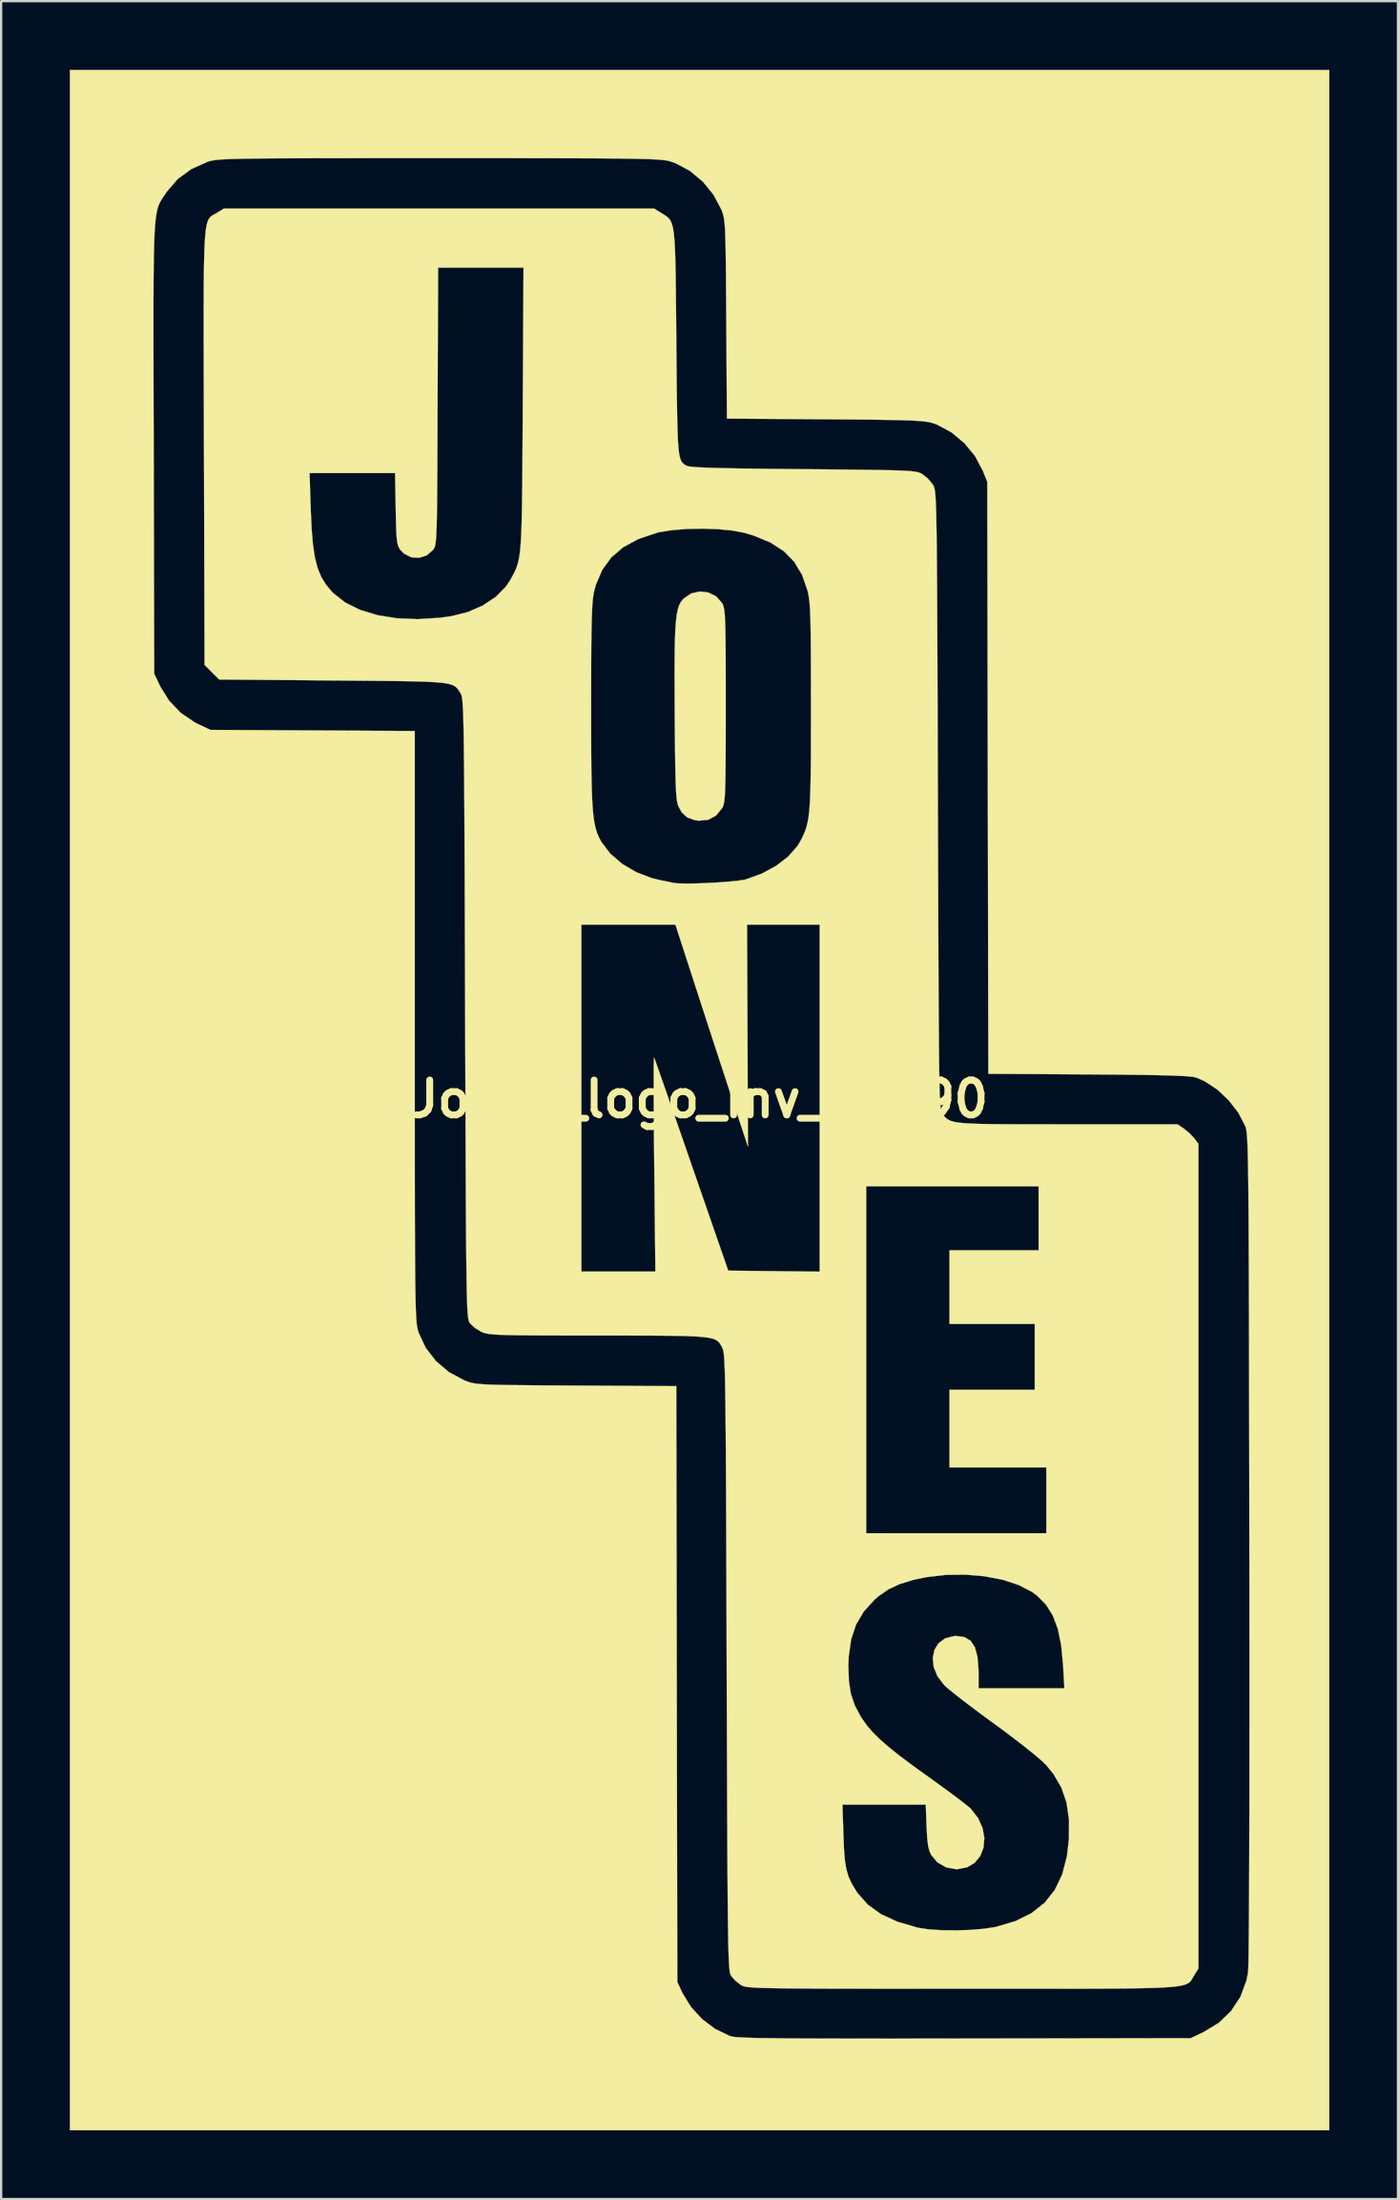
<source format=kicad_pcb>
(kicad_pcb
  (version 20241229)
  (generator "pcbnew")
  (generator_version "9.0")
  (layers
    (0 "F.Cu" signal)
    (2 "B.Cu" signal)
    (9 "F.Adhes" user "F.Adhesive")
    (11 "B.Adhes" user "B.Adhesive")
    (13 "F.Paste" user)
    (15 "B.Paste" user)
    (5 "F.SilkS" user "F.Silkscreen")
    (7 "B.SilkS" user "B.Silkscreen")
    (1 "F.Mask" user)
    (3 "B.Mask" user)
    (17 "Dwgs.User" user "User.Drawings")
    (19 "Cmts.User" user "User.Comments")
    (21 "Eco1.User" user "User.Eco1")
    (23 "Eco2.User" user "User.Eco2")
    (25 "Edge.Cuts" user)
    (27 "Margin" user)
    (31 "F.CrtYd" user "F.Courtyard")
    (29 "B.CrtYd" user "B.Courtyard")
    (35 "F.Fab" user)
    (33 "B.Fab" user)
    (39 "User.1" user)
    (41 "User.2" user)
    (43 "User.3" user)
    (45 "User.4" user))
  (footprint "Jones_logo_inv_55x90"
    (layer "F.Cu")
    (at 27.522 44.963)
    (property "Reference" "Jones_logo_inv_55x90" (at 0 0 0) (layer "F.SilkS") (effects (font (size 1.524 1.524) (thickness 0.3))))
    (attr through_hole)
    (fp_poly (pts (xy 0.383 -22.13) (xy 0.721 -21.964) (xy 0.977 -21.681) (xy 0.993 -21.652) (xy 1.028 -21.579) (xy 1.056 -21.485) (xy 1.08 -21.357) (xy 1.098 -21.178) (xy 1.113 -20.935) (xy 1.124 -20.613) (xy 1.132 -20.197) (xy 1.138 -19.672) (xy 1.141 -19.023) (xy 1.143 -18.236) (xy 1.143 -17.296) (xy 1.143 -17.187) (xy 1.143 -16.23) (xy 1.141 -15.428) (xy 1.138 -14.766) (xy 1.133 -14.228) (xy 1.125 -13.801) (xy 1.115 -13.47) (xy 1.1 -13.219) (xy 1.082 -13.034) (xy 1.059 -12.901) (xy 1.031 -12.805) (xy 0.997 -12.73) (xy 0.993 -12.722) (xy 0.726 -12.391) (xy 0.374 -12.201) (xy -0.043 -12.162) (xy -0.232 -12.192) (xy -0.55 -12.311) (xy -0.776 -12.522) (xy -0.923 -12.785) (xy -0.956 -12.877) (xy -0.984 -13.005) (xy -1.007 -13.186) (xy -1.026 -13.433) (xy -1.042 -13.764) (xy -1.054 -14.192) (xy -1.064 -14.734) (xy -1.073 -15.405) (xy -1.08 -16.22) (xy -1.084 -16.796) (xy -1.09 -17.813) (xy -1.092 -18.676) (xy -1.088 -19.398) (xy -1.078 -19.993) (xy -1.06 -20.476) (xy -1.033 -20.862) (xy -0.997 -21.165) (xy -0.949 -21.398) (xy -0.89 -21.577) (xy -0.817 -21.716) (xy -0.73 -21.828) (xy -0.691 -21.87) (xy -0.365 -22.089) (xy 0.007 -22.174) (xy 0.383 -22.13)) (stroke (width 0.01) (type solid)) (fill yes) (layer "F.SilkS"))
    (fp_poly (pts (xy 27.517 45.043) (xy -27.517 45.043) (xy -27.517 -34.017) (xy -23.867 -34.017) (xy -23.866 -32.984) (xy -23.864 -31.815) (xy -23.861 -30.498) (xy -23.857 -29.026) (xy -23.856 -28.444) (xy -23.834 -18.584) (xy -23.573 -18.034) (xy -23.185 -17.407) (xy -22.669 -16.87) (xy -22.058 -16.454) (xy -21.929 -16.39) (xy -21.378 -16.129) (xy -16.912 -16.105) (xy -12.446 -16.081) (xy -12.446 -3.189) (xy -12.446 -1.461) (xy -12.446 0.105) (xy -12.445 1.518) (xy -12.445 2.786) (xy -12.443 3.918) (xy -12.442 4.922) (xy -12.439 5.806) (xy -12.436 6.579) (xy -12.432 7.248) (xy -12.427 7.822) (xy -12.421 8.308) (xy -12.413 8.716) (xy -12.405 9.054) (xy -12.395 9.329) (xy -12.383 9.551) (xy -12.37 9.726) (xy -12.355 9.864) (xy -12.338 9.973) (xy -12.32 10.06) (xy -12.299 10.135) (xy -12.277 10.205) (xy -12.276 10.207) (xy -11.965 10.87) (xy -11.515 11.451) (xy -10.947 11.93) (xy -10.278 12.287) (xy -10.269 12.291) (xy -10.157 12.334) (xy -10.049 12.371) (xy -9.929 12.402) (xy -9.782 12.427) (xy -9.592 12.447) (xy -9.345 12.463) (xy -9.026 12.476) (xy -8.619 12.486) (xy -8.11 12.494) (xy -7.482 12.5) (xy -6.722 12.506) (xy -5.813 12.511) (xy -5.399 12.514) (xy -1.018 12.539) (xy -0.996 25.552) (xy -0.974 38.566) (xy -0.747 39.05) (xy -0.382 39.65) (xy 0.103 40.181) (xy 0.672 40.613) (xy 1.29 40.912) (xy 1.379 40.941) (xy 1.463 40.959) (xy 1.601 40.975) (xy 1.803 40.988) (xy 2.076 41) (xy 2.429 41.011) (xy 2.87 41.019) (xy 3.408 41.026) (xy 4.051 41.032) (xy 4.808 41.036) (xy 5.687 41.039) (xy 6.696 41.041) (xy 7.844 41.041) (xy 9.138 41.04) (xy 10.589 41.039) (xy 11.599 41.037) (xy 21.463 41.021) (xy 22.034 40.751) (xy 22.69 40.351) (xy 23.226 39.838) (xy 23.631 39.224) (xy 23.895 38.522) (xy 23.968 38.165) (xy 23.978 38.016) (xy 23.987 37.702) (xy 23.995 37.225) (xy 24.002 36.591) (xy 24.009 35.803) (xy 24.014 34.864) (xy 24.019 33.779) (xy 24.023 32.551) (xy 24.027 31.184) (xy 24.029 29.682) (xy 24.03 28.049) (xy 24.031 26.289) (xy 24.031 24.405) (xy 24.029 22.401) (xy 24.027 20.281) (xy 24.026 19.6) (xy 24.024 17.539) (xy 24.021 15.64) (xy 24.018 13.897) (xy 24.016 12.302) (xy 24.013 10.85) (xy 24.01 9.533) (xy 24.007 8.344) (xy 24.003 7.277) (xy 23.999 6.325) (xy 23.995 5.48) (xy 23.99 4.737) (xy 23.984 4.088) (xy 23.978 3.527) (xy 23.971 3.047) (xy 23.964 2.64) (xy 23.955 2.3) (xy 23.946 2.021) (xy 23.935 1.795) (xy 23.924 1.616) (xy 23.912 1.476) (xy 23.898 1.369) (xy 23.883 1.289) (xy 23.867 1.228) (xy 23.852 1.185) (xy 23.547 0.599) (xy 23.126 0.053) (xy 22.625 -0.418) (xy 22.079 -0.779) (xy 21.696 -0.946) (xy 21.571 -0.972) (xy 21.353 -0.995) (xy 21.034 -1.014) (xy 20.602 -1.031) (xy 20.047 -1.045) (xy 19.359 -1.058) (xy 18.527 -1.068) (xy 17.542 -1.076) (xy 16.999 -1.08) (xy 12.619 -1.106) (xy 12.573 -26.966) (xy 12.373 -27.461) (xy 12.035 -28.095) (xy 11.57 -28.659) (xy 11.011 -29.124) (xy 10.389 -29.459) (xy 10.216 -29.523) (xy 10.1 -29.556) (xy 9.96 -29.584) (xy 9.781 -29.608) (xy 9.547 -29.628) (xy 9.244 -29.644) (xy 8.856 -29.657) (xy 8.368 -29.668) (xy 7.767 -29.678) (xy 7.036 -29.686) (xy 6.16 -29.693) (xy 5.488 -29.698) (xy 1.196 -29.728) (xy 1.168 -34.062) (xy 1.161 -35.031) (xy 1.155 -35.845) (xy 1.149 -36.52) (xy 1.141 -37.072) (xy 1.131 -37.514) (xy 1.119 -37.864) (xy 1.104 -38.135) (xy 1.085 -38.343) (xy 1.062 -38.503) (xy 1.033 -38.63) (xy 0.999 -38.74) (xy 0.957 -38.847) (xy 0.951 -38.862) (xy 0.608 -39.508) (xy 0.143 -40.078) (xy -0.416 -40.544) (xy -1.038 -40.879) (xy -1.268 -40.961) (xy -1.35 -40.983) (xy -1.449 -41.003) (xy -1.576 -41.021) (xy -1.74 -41.036) (xy -1.95 -41.05) (xy -2.215 -41.062) (xy -2.546 -41.072) (xy -2.952 -41.08) (xy -3.443 -41.087) (xy -4.027 -41.092) (xy -4.715 -41.097) (xy -5.516 -41.1) (xy -6.439 -41.102) (xy -7.495 -41.104) (xy -8.692 -41.105) (xy -10.041 -41.106) (xy -11.388 -41.106) (xy -12.873 -41.106) (xy -14.199 -41.105) (xy -15.375 -41.104) (xy -16.41 -41.103) (xy -17.315 -41.101) (xy -18.098 -41.098) (xy -18.769 -41.094) (xy -19.338 -41.089) (xy -19.815 -41.082) (xy -20.209 -41.074) (xy -20.529 -41.064) (xy -20.786 -41.053) (xy -20.988 -41.039) (xy -21.147 -41.024) (xy -21.27 -41.006) (xy -21.368 -40.986) (xy -21.45 -40.963) (xy -21.505 -40.945) (xy -22.217 -40.624) (xy -22.801 -40.198) (xy -23.268 -39.658) (xy -23.306 -39.602) (xy -23.392 -39.475) (xy -23.468 -39.364) (xy -23.536 -39.257) (xy -23.596 -39.147) (xy -23.649 -39.022) (xy -23.694 -38.874) (xy -23.733 -38.693) (xy -23.766 -38.469) (xy -23.794 -38.194) (xy -23.816 -37.857) (xy -23.833 -37.45) (xy -23.847 -36.962) (xy -23.856 -36.384) (xy -23.862 -35.707) (xy -23.866 -34.921) (xy -23.867 -34.017) (xy -27.517 -34.017) (xy -27.517 -44.958) (xy 27.517 -44.958) (xy 27.517 45.043)) (stroke (width 0.01) (type solid)) (fill yes) (layer "F.SilkS"))
    (fp_poly (pts (xy -1.67 -38.706) (xy -1.546 -38.63) (xy -1.44 -38.559) (xy -1.35 -38.481) (xy -1.276 -38.383) (xy -1.215 -38.25) (xy -1.166 -38.07) (xy -1.127 -37.829) (xy -1.097 -37.515) (xy -1.075 -37.114) (xy -1.058 -36.613) (xy -1.045 -35.998) (xy -1.036 -35.257) (xy -1.027 -34.377) (xy -1.018 -33.344) (xy -1.016 -33.062) (xy -1.007 -32) (xy -0.998 -31.093) (xy -0.988 -30.33) (xy -0.977 -29.696) (xy -0.963 -29.18) (xy -0.946 -28.768) (xy -0.923 -28.447) (xy -0.894 -28.203) (xy -0.858 -28.025) (xy -0.814 -27.898) (xy -0.761 -27.81) (xy -0.697 -27.747) (xy -0.622 -27.697) (xy -0.57 -27.667) (xy -0.487 -27.642) (xy -0.325 -27.621) (xy -0.072 -27.601) (xy 0.282 -27.585) (xy 0.748 -27.569) (xy 1.336 -27.556) (xy 2.057 -27.544) (xy 2.92 -27.533) (xy 3.937 -27.522) (xy 4.53 -27.517) (xy 5.566 -27.508) (xy 6.447 -27.499) (xy 7.185 -27.491) (xy 7.795 -27.482) (xy 8.29 -27.472) (xy 8.684 -27.461) (xy 8.991 -27.448) (xy 9.223 -27.432) (xy 9.395 -27.412) (xy 9.52 -27.389) (xy 9.613 -27.362) (xy 9.685 -27.329) (xy 9.734 -27.302) (xy 9.979 -27.106) (xy 10.185 -26.86) (xy 10.199 -26.836) (xy 10.222 -26.796) (xy 10.242 -26.75) (xy 10.261 -26.69) (xy 10.278 -26.609) (xy 10.293 -26.499) (xy 10.307 -26.351) (xy 10.319 -26.158) (xy 10.33 -25.912) (xy 10.34 -25.604) (xy 10.348 -25.228) (xy 10.356 -24.775) (xy 10.363 -24.238) (xy 10.369 -23.608) (xy 10.375 -22.877) (xy 10.38 -22.038) (xy 10.385 -21.082) (xy 10.39 -20.002) (xy 10.395 -18.79) (xy 10.4 -17.438) (xy 10.405 -15.938) (xy 10.41 -14.282) (xy 10.414 -13.026) (xy 10.42 -11.257) (xy 10.425 -9.648) (xy 10.43 -8.194) (xy 10.434 -6.885) (xy 10.439 -5.714) (xy 10.444 -4.673) (xy 10.449 -3.754) (xy 10.455 -2.95) (xy 10.46 -2.253) (xy 10.467 -1.654) (xy 10.474 -1.146) (xy 10.482 -0.721) (xy 10.491 -0.371) (xy 10.501 -0.089) (xy 10.512 0.134) (xy 10.525 0.305) (xy 10.539 0.432) (xy 10.554 0.524) (xy 10.571 0.587) (xy 10.59 0.63) (xy 10.611 0.661) (xy 10.625 0.677) (xy 10.706 0.765) (xy 10.784 0.84) (xy 10.873 0.903) (xy 10.987 0.955) (xy 11.139 0.996) (xy 11.344 1.029) (xy 11.614 1.055) (xy 11.963 1.073) (xy 12.405 1.086) (xy 12.954 1.094) (xy 13.622 1.098) (xy 14.423 1.1) (xy 15.372 1.101) (xy 16.07 1.101) (xy 20.888 1.101) (xy 21.168 1.291) (xy 21.405 1.485) (xy 21.61 1.701) (xy 21.625 1.721) (xy 21.802 1.96) (xy 21.802 37.973) (xy 21.61 38.281) (xy 21.558 38.37) (xy 21.514 38.449) (xy 21.467 38.52) (xy 21.408 38.581) (xy 21.328 38.635) (xy 21.218 38.682) (xy 21.068 38.722) (xy 20.869 38.755) (xy 20.611 38.783) (xy 20.286 38.806) (xy 19.884 38.823) (xy 19.395 38.837) (xy 18.81 38.847) (xy 18.12 38.854) (xy 17.316 38.859) (xy 16.388 38.861) (xy 15.326 38.862) (xy 14.122 38.862) (xy 12.767 38.862) (xy 11.46 38.862) (xy 9.998 38.862) (xy 8.695 38.861) (xy 7.543 38.86) (xy 6.532 38.859) (xy 5.652 38.857) (xy 4.893 38.854) (xy 4.247 38.85) (xy 3.703 38.845) (xy 3.251 38.838) (xy 2.883 38.83) (xy 2.589 38.82) (xy 2.359 38.809) (xy 2.184 38.795) (xy 2.054 38.779) (xy 1.959 38.761) (xy 1.891 38.74) (xy 1.839 38.717) (xy 1.804 38.696) (xy 1.573 38.516) (xy 1.386 38.307) (xy 1.38 38.298) (xy 1.36 38.262) (xy 1.342 38.211) (xy 1.325 38.138) (xy 1.31 38.035) (xy 1.297 37.894) (xy 1.284 37.707) (xy 1.273 37.467) (xy 1.263 37.165) (xy 1.254 36.794) (xy 1.246 36.346) (xy 1.239 35.812) (xy 1.232 35.186) (xy 1.226 34.459) (xy 1.22 33.623) (xy 1.215 32.671) (xy 1.21 31.595) (xy 1.207 30.819) (xy 6.245 30.819) (xy 6.286 32.152) (xy 6.311 32.767) (xy 6.35 33.249) (xy 6.412 33.633) (xy 6.505 33.955) (xy 6.638 34.25) (xy 6.82 34.554) (xy 6.913 34.692) (xy 7.352 35.19) (xy 7.932 35.605) (xy 8.656 35.938) (xy 9.526 36.192) (xy 9.567 36.201) (xy 10.012 36.268) (xy 10.571 36.305) (xy 11.194 36.313) (xy 11.827 36.292) (xy 12.419 36.243) (xy 12.918 36.167) (xy 12.967 36.156) (xy 13.803 35.908) (xy 14.505 35.56) (xy 15.077 35.108) (xy 15.523 34.546) (xy 15.848 33.869) (xy 16.055 33.072) (xy 16.141 32.322) (xy 16.144 31.472) (xy 16.038 30.733) (xy 15.814 30.078) (xy 15.466 29.482) (xy 15.138 29.08) (xy 14.951 28.901) (xy 14.65 28.645) (xy 14.258 28.329) (xy 13.8 27.973) (xy 13.301 27.596) (xy 12.879 27.288) (xy 12.369 26.915) (xy 11.886 26.554) (xy 11.452 26.223) (xy 11.091 25.939) (xy 10.826 25.721) (xy 10.693 25.6) (xy 10.398 25.214) (xy 10.233 24.811) (xy 10.19 24.419) (xy 10.264 24.061) (xy 10.447 23.765) (xy 10.735 23.555) (xy 11.12 23.457) (xy 11.226 23.453) (xy 11.579 23.503) (xy 11.845 23.662) (xy 12.03 23.941) (xy 12.143 24.353) (xy 12.189 24.909) (xy 12.192 25.082) (xy 12.192 25.739) (xy 15.943 25.739) (xy 15.885 24.701) (xy 15.803 23.853) (xy 15.657 23.146) (xy 15.438 22.562) (xy 15.14 22.084) (xy 14.753 21.694) (xy 14.522 21.524) (xy 13.941 21.222) (xy 13.239 20.994) (xy 12.45 20.843) (xy 11.605 20.772) (xy 10.74 20.785) (xy 9.886 20.885) (xy 9.346 21) (xy 8.744 21.185) (xy 8.254 21.414) (xy 7.824 21.713) (xy 7.642 21.871) (xy 7.176 22.382) (xy 6.84 22.95) (xy 6.623 23.598) (xy 6.517 24.35) (xy 6.502 24.758) (xy 6.525 25.427) (xy 6.613 25.985) (xy 6.781 26.482) (xy 7.04 26.968) (xy 7.095 27.055) (xy 7.308 27.355) (xy 7.564 27.654) (xy 7.879 27.967) (xy 8.27 28.309) (xy 8.755 28.695) (xy 9.351 29.141) (xy 10.016 29.619) (xy 10.485 29.955) (xy 10.923 30.276) (xy 11.305 30.561) (xy 11.606 30.793) (xy 11.803 30.955) (xy 11.849 30.996) (xy 12.17 31.404) (xy 12.367 31.839) (xy 12.445 32.277) (xy 12.409 32.693) (xy 12.267 33.061) (xy 12.024 33.359) (xy 11.685 33.56) (xy 11.256 33.64) (xy 11.218 33.641) (xy 10.779 33.562) (xy 10.397 33.343) (xy 10.126 33.024) (xy 10.045 32.848) (xy 9.989 32.623) (xy 9.951 32.309) (xy 9.925 31.87) (xy 9.921 31.778) (xy 9.885 30.819) (xy 6.245 30.819) (xy 1.207 30.819) (xy 1.205 30.386) (xy 1.2 29.037) (xy 1.195 27.54) (xy 1.189 25.888) (xy 1.185 24.599) (xy 1.18 22.828) (xy 1.174 21.219) (xy 1.169 19.763) (xy 1.164 18.453) (xy 1.159 17.28) (xy 1.154 16.238) (xy 1.148 15.317) (xy 1.142 14.511) (xy 1.136 13.811) (xy 1.129 13.21) (xy 1.121 12.699) (xy 1.113 12.271) (xy 1.104 11.918) (xy 1.093 11.632) (xy 1.082 11.405) (xy 1.069 11.229) (xy 1.055 11.096) (xy 1.039 10.999) (xy 1.022 10.929) (xy 1.003 10.88) (xy 0.993 10.86) (xy 0.934 10.75) (xy 0.874 10.657) (xy 0.802 10.579) (xy 0.705 10.514) (xy 0.568 10.461) (xy 0.378 10.42) (xy 0.123 10.388) (xy -0.211 10.365) (xy -0.637 10.348) (xy -1.168 10.338) (xy -1.818 10.332) (xy -2.599 10.329) (xy -3.526 10.328) (xy -4.42 10.327) (xy -5.442 10.327) (xy -6.31 10.325) (xy -7.036 10.323) (xy -7.634 10.319) (xy -8.12 10.312) (xy -8.506 10.303) (xy -8.807 10.292) (xy -9.037 10.276) (xy -9.209 10.257) (xy -9.338 10.234) (xy -9.438 10.206) (xy -9.523 10.173) (xy -9.54 10.165) (xy -9.796 10.012) (xy -10.005 9.824) (xy -10.048 9.769) (xy -10.068 9.732) (xy -10.086 9.683) (xy -10.103 9.612) (xy -10.118 9.512) (xy -10.132 9.375) (xy -10.145 9.194) (xy -10.156 8.96) (xy -10.166 8.666) (xy -10.175 8.304) (xy -10.183 7.865) (xy -10.19 7.343) (xy -10.197 6.729) (xy -10.203 6.015) (xy -10.209 5.193) (xy -10.214 4.256) (xy -10.219 3.196) (xy -10.224 2.005) (xy -10.229 0.675) (xy -10.234 -0.802) (xy -10.24 -2.434) (xy -10.245 -3.979) (xy -10.25 -5.753) (xy -10.256 -7.365) (xy -10.257 -7.62) (xy -5.165 -7.62) (xy -5.165 7.535) (xy -1.931 7.535) (xy -1.981 2.815) (xy -1.99 1.942) (xy -1.996 1.124) (xy -2.001 0.376) (xy -2.003 -0.286) (xy -2.004 -0.849) (xy -2.003 -1.298) (xy -1.999 -1.617) (xy -1.993 -1.792) (xy -1.988 -1.82) (xy -1.953 -1.727) (xy -1.868 -1.488) (xy -1.738 -1.118) (xy -1.567 -0.631) (xy -1.361 -0.042) (xy -1.126 0.635) (xy -0.865 1.385) (xy -0.584 2.194) (xy -0.347 2.879) (xy 1.252 7.493) (xy 5.249 7.538) (xy 5.249 3.81) (xy 7.281 3.81) (xy 7.281 18.965) (xy 15.155 18.965) (xy 15.155 16.087) (xy 10.922 16.087) (xy 10.922 12.7) (xy 14.647 12.7) (xy 14.647 9.821) (xy 10.922 9.821) (xy 10.922 6.604) (xy 14.817 6.604) (xy 14.817 3.81) (xy 7.281 3.81) (xy 5.249 3.81) (xy 5.249 -7.62) (xy 3.662 -7.62) (xy 2.074 -7.62) (xy 2.094 -2.773) (xy 2.114 2.074) (xy 1.485 0.169) (xy 1.301 -0.389) (xy 1.077 -1.071) (xy 0.825 -1.84) (xy 0.557 -2.659) (xy 0.286 -3.49) (xy 0.024 -4.297) (xy -0.1 -4.678) (xy -1.055 -7.62) (xy -5.165 -7.62) (xy -10.257 -7.62) (xy -10.261 -8.824) (xy -10.266 -10.137) (xy -10.271 -11.312) (xy -10.276 -12.356) (xy -10.282 -13.279) (xy -10.287 -14.086) (xy -10.294 -14.787) (xy -10.301 -15.39) (xy -10.308 -15.901) (xy -10.317 -16.329) (xy -10.326 -16.682) (xy -10.336 -16.967) (xy -10.348 -17.193) (xy -10.349 -17.214) (xy -4.74 -17.214) (xy -4.739 -16.133) (xy -4.736 -15.207) (xy -4.729 -14.421) (xy -4.717 -13.762) (xy -4.7 -13.213) (xy -4.675 -12.762) (xy -4.642 -12.393) (xy -4.599 -12.092) (xy -4.546 -11.844) (xy -4.482 -11.636) (xy -4.405 -11.451) (xy -4.314 -11.277) (xy -4.279 -11.216) (xy -3.898 -10.719) (xy -3.385 -10.278) (xy -2.775 -9.917) (xy -2.101 -9.657) (xy -1.778 -9.578) (xy -1.486 -9.518) (xy -1.241 -9.467) (xy -1.143 -9.446) (xy -0.93 -9.423) (xy -0.589 -9.416) (xy -0.158 -9.421) (xy 0.323 -9.439) (xy 0.814 -9.465) (xy 1.277 -9.5) (xy 1.671 -9.54) (xy 1.957 -9.583) (xy 2.028 -9.6) (xy 2.725 -9.853) (xy 3.349 -10.192) (xy 3.874 -10.597) (xy 4.272 -11.048) (xy 4.413 -11.282) (xy 4.509 -11.474) (xy 4.59 -11.657) (xy 4.658 -11.845) (xy 4.714 -12.054) (xy 4.759 -12.299) (xy 4.794 -12.595) (xy 4.821 -12.957) (xy 4.84 -13.401) (xy 4.854 -13.941) (xy 4.862 -14.594) (xy 4.866 -15.372) (xy 4.868 -16.293) (xy 4.868 -17.145) (xy 4.867 -18.147) (xy 4.866 -18.995) (xy 4.862 -19.703) (xy 4.857 -20.289) (xy 4.849 -20.765) (xy 4.838 -21.149) (xy 4.823 -21.455) (xy 4.805 -21.698) (xy 4.782 -21.893) (xy 4.754 -22.056) (xy 4.722 -22.203) (xy 4.716 -22.223) (xy 4.48 -22.901) (xy 4.141 -23.467) (xy 3.685 -23.934) (xy 3.102 -24.312) (xy 2.379 -24.612) (xy 1.96 -24.737) (xy 1.44 -24.837) (xy 0.807 -24.898) (xy 0.116 -24.921) (xy -0.581 -24.906) (xy -1.23 -24.853) (xy -1.779 -24.761) (xy -1.877 -24.737) (xy -2.678 -24.465) (xy -3.335 -24.11) (xy -3.857 -23.664) (xy -4.253 -23.12) (xy -4.531 -22.469) (xy -4.611 -22.175) (xy -4.64 -22.025) (xy -4.665 -21.833) (xy -4.686 -21.588) (xy -4.702 -21.273) (xy -4.715 -20.874) (xy -4.725 -20.377) (xy -4.732 -19.767) (xy -4.737 -19.031) (xy -4.739 -18.152) (xy -4.74 -17.214) (xy -10.349 -17.214) (xy -10.36 -17.367) (xy -10.374 -17.496) (xy -10.39 -17.59) (xy -10.407 -17.655) (xy -10.425 -17.7) (xy -10.436 -17.719) (xy -10.505 -17.826) (xy -10.569 -17.918) (xy -10.641 -17.995) (xy -10.735 -18.059) (xy -10.863 -18.112) (xy -11.038 -18.154) (xy -11.275 -18.188) (xy -11.585 -18.214) (xy -11.983 -18.234) (xy -12.481 -18.249) (xy -13.092 -18.26) (xy -13.83 -18.269) (xy -14.708 -18.277) (xy -15.739 -18.286) (xy -16.018 -18.288) (xy -20.995 -18.33) (xy -21.314 -18.649) (xy -21.632 -18.968) (xy -21.655 -27.347) (xy -17.045 -27.347) (xy -16.991 -25.718) (xy -16.953 -24.892) (xy -16.895 -24.213) (xy -16.81 -23.655) (xy -16.691 -23.195) (xy -16.533 -22.81) (xy -16.329 -22.476) (xy -16.072 -22.17) (xy -16.001 -22.097) (xy -15.483 -21.691) (xy -14.836 -21.371) (xy -14.079 -21.141) (xy -13.232 -21.005) (xy -12.314 -20.965) (xy -11.344 -21.027) (xy -10.837 -21.098) (xy -10.122 -21.279) (xy -9.471 -21.564) (xy -8.911 -21.936) (xy -8.47 -22.379) (xy -8.264 -22.689) (xy -8.172 -22.859) (xy -8.091 -23.013) (xy -8.022 -23.164) (xy -7.964 -23.326) (xy -7.914 -23.51) (xy -7.873 -23.729) (xy -7.839 -23.996) (xy -7.812 -24.323) (xy -7.791 -24.724) (xy -7.774 -25.21) (xy -7.761 -25.794) (xy -7.752 -26.489) (xy -7.744 -27.308) (xy -7.737 -28.262) (xy -7.731 -29.365) (xy -7.727 -30.163) (xy -7.693 -36.322) (xy -11.427 -36.322) (xy -11.45 -30.275) (xy -11.454 -29.118) (xy -11.458 -28.118) (xy -11.463 -27.263) (xy -11.468 -26.542) (xy -11.473 -25.942) (xy -11.481 -25.452) (xy -11.49 -25.058) (xy -11.501 -24.75) (xy -11.514 -24.514) (xy -11.531 -24.34) (xy -11.55 -24.215) (xy -11.573 -24.127) (xy -11.601 -24.063) (xy -11.632 -24.013) (xy -11.65 -23.989) (xy -11.922 -23.752) (xy -12.254 -23.646) (xy -12.601 -23.671) (xy -12.916 -23.828) (xy -13.072 -23.988) (xy -13.136 -24.086) (xy -13.183 -24.201) (xy -13.217 -24.359) (xy -13.241 -24.589) (xy -13.258 -24.916) (xy -13.27 -25.366) (xy -13.278 -25.787) (xy -13.306 -27.347) (xy -17.045 -27.347) (xy -21.655 -27.347) (xy -21.658 -28.471) (xy -21.662 -29.973) (xy -21.666 -31.316) (xy -21.669 -32.508) (xy -21.671 -33.558) (xy -21.671 -34.476) (xy -21.668 -35.272) (xy -21.663 -35.953) (xy -21.654 -36.531) (xy -21.642 -37.013) (xy -21.625 -37.41) (xy -21.603 -37.731) (xy -21.575 -37.984) (xy -21.542 -38.18) (xy -21.502 -38.327) (xy -21.455 -38.434) (xy -21.401 -38.512) (xy -21.338 -38.569) (xy -21.267 -38.615) (xy -21.187 -38.659) (xy -21.098 -38.71) (xy -21.089 -38.716) (xy -20.786 -38.904) (xy -1.99 -38.904) (xy -1.67 -38.706)) (stroke (width 0.01) (type solid)) (fill yes) (layer "F.SilkS")))
  (gr_rect
    (start -3 -3)
    (end 58.043 93.011)
    (stroke (width 0.1) (type default))
    (fill no)
    (layer "Edge.Cuts")))
</source>
